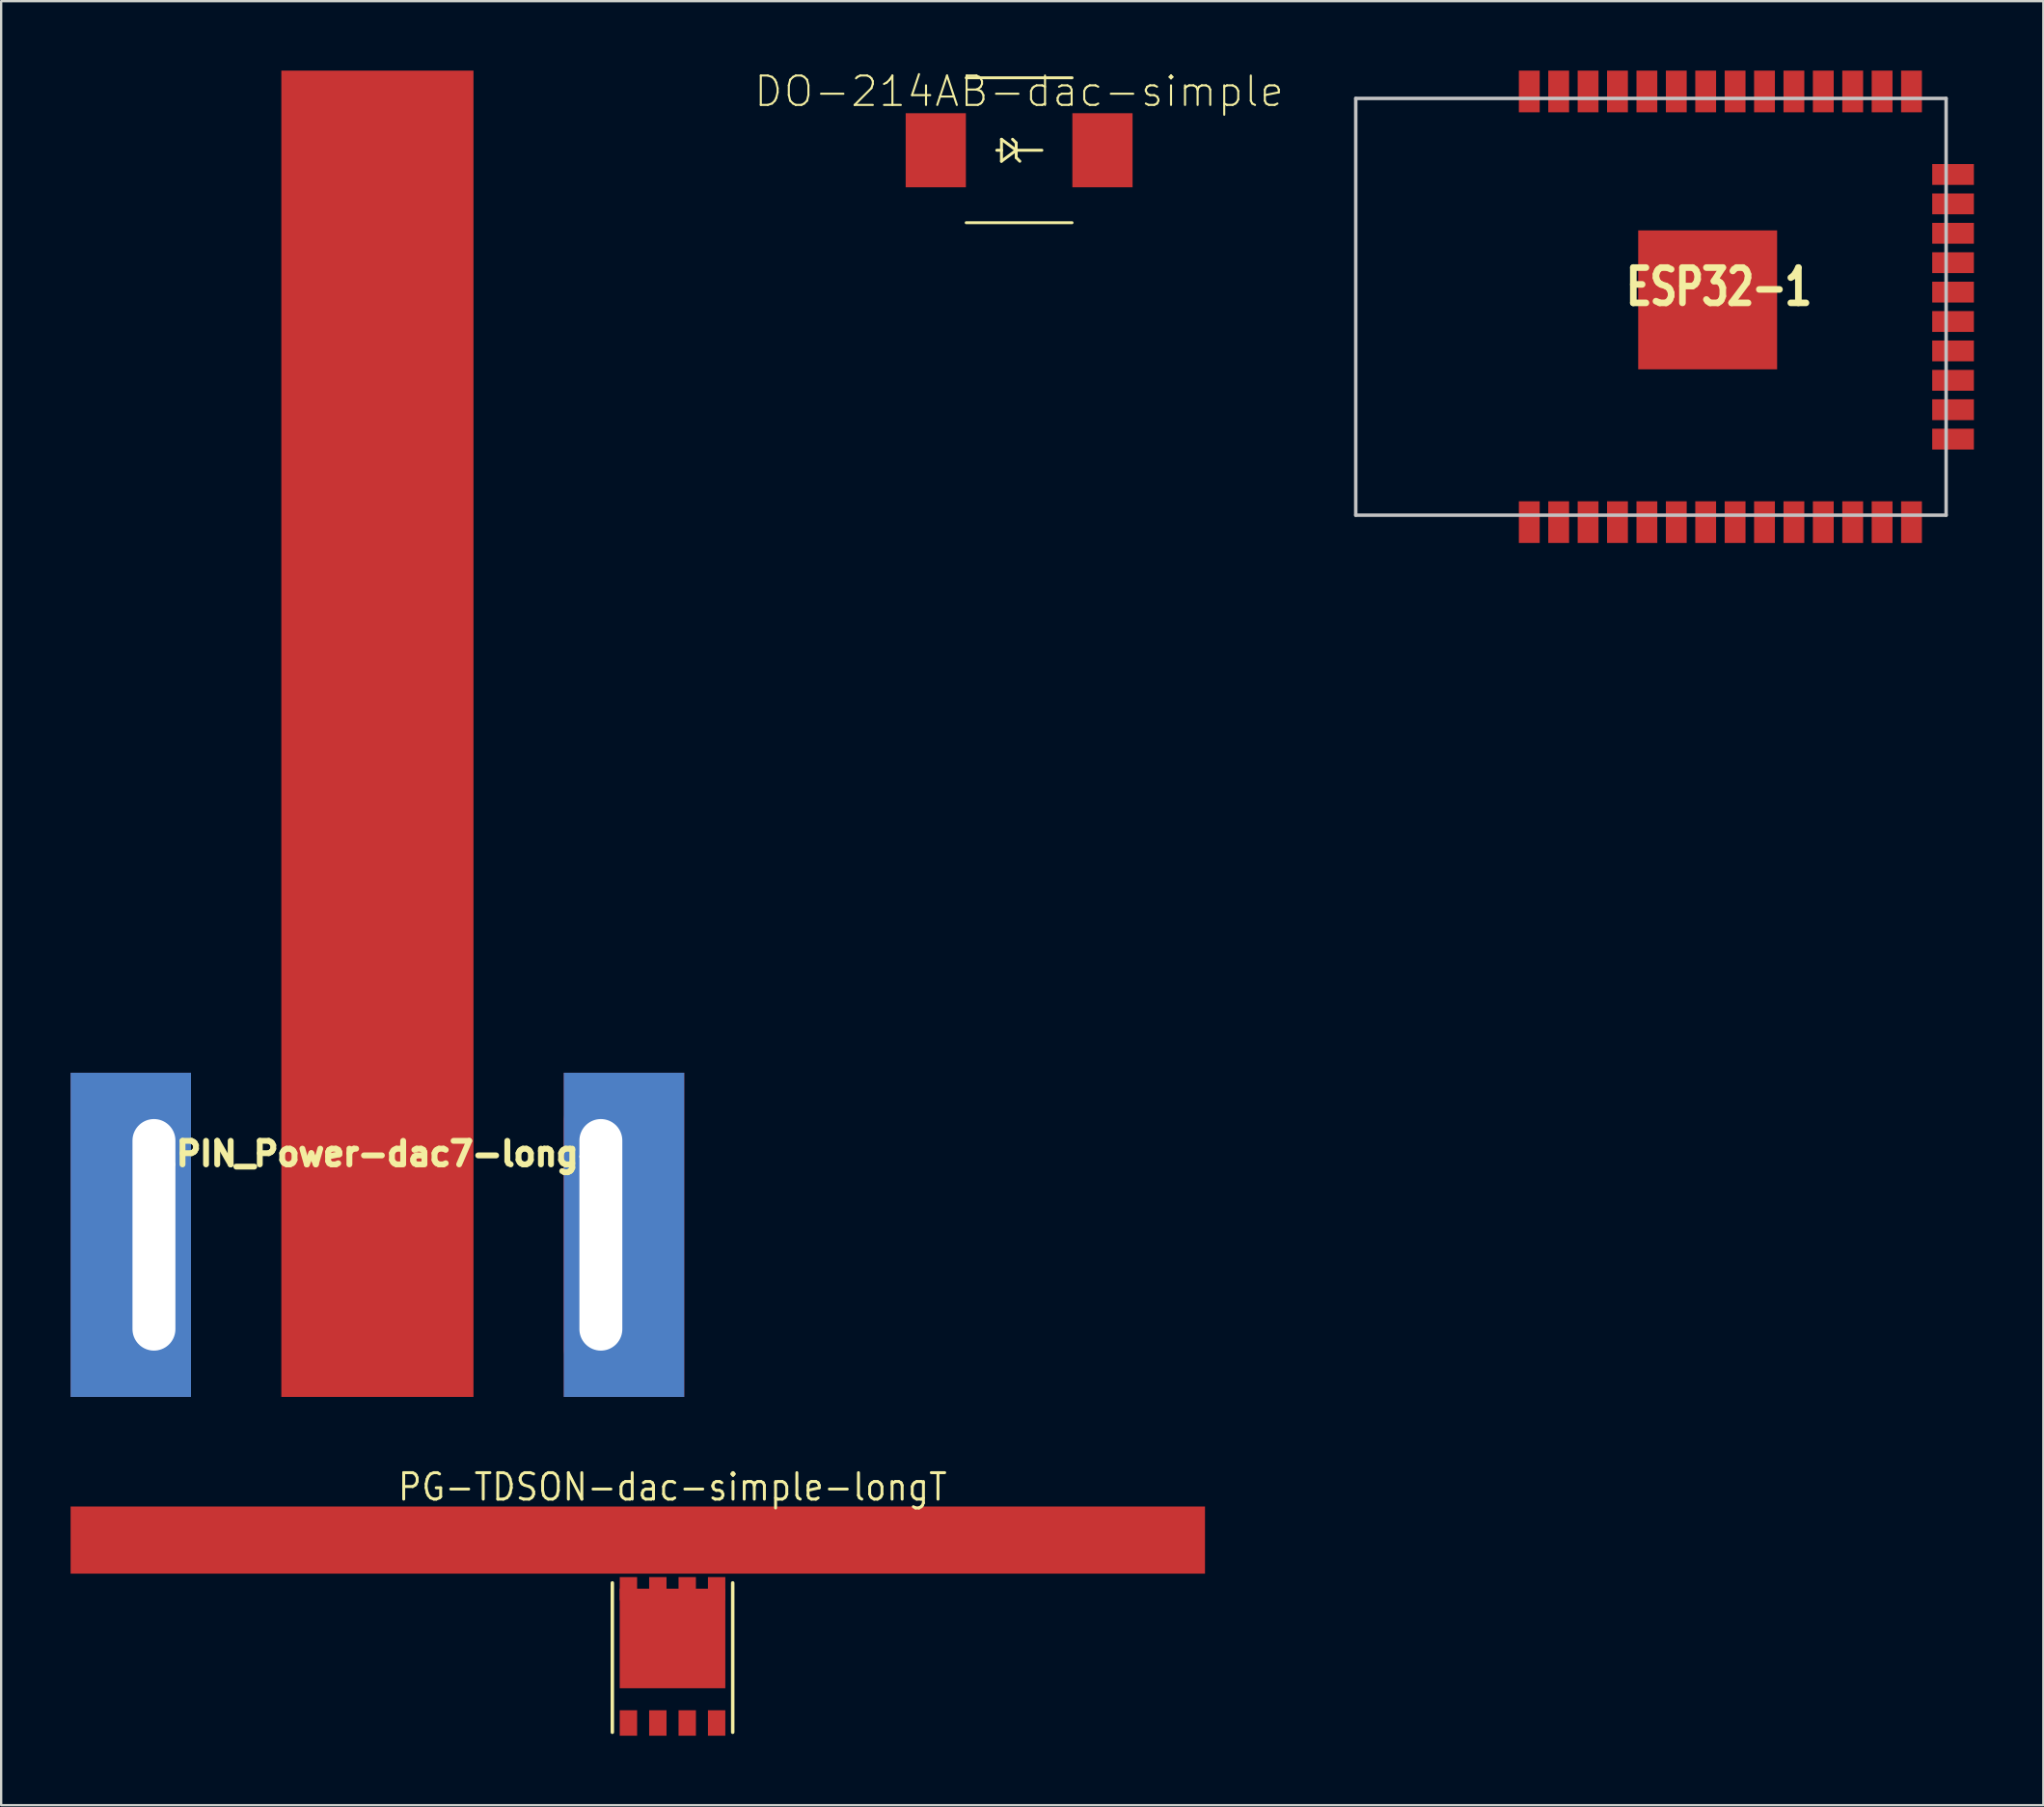
<source format=kicad_pcb>
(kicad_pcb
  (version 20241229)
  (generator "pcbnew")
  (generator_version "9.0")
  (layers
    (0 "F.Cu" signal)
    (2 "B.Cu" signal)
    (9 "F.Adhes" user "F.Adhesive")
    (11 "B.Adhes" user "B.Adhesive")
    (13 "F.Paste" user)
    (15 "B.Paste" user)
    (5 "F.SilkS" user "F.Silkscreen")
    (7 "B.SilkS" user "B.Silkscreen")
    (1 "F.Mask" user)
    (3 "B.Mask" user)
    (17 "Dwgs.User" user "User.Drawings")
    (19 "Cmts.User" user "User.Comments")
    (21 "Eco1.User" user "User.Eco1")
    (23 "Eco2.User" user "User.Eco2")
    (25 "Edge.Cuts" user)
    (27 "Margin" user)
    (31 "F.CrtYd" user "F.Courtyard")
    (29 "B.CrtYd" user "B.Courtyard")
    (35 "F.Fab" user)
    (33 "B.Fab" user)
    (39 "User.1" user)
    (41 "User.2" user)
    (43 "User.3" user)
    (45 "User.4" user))
  (footprint "1PIN_Power-dac7-long4"
    (layer "F.Cu")
    (at 13.252 50.28)
    (property "Reference" "1PIN_Power-dac7-long4" (at 0 -3.5 0) (layer "F.SilkS") (effects (font (size 1.016 1.016) (thickness 0.254))))
    (attr through_hole)
    (pad "1" smd oval (at -9.652 0) (size 3.2 13) (layers "F.Cu" "F.Mask"))
    (pad "1" thru_hole rect (at -9.652 0) (size 5.2 14) (drill oval 1.854 10 (offset -1 0)) (layers "F.Cu"))
    (pad "1" smd rect (at 0 -21.64) (size 8.3 57.28) (layers "F.Cu"))
    (pad "1" smd oval (at 9.652 0) (size 3.2 13) (layers "F.Cu" "F.Mask"))
    (pad "1" thru_hole rect (at 9.652 0) (size 5.2 14) (drill oval 1.854 10 (offset 1 0)) (layers "F.Cu")))
  (footprint "ESP32-1"
    (layer "F.Cu")
    (at 71.262 10.2)
    (property "Reference" "ESP32-1" (at -0.06 -0.86 0) (layer "F.SilkS") (effects (font (size 1.524 1.143) (thickness 0.305))))
    (attr through_hole)
    (fp_line (start -15.75 -9) (end -9.75 -9) (stroke (width 0.15) (type solid)) (layer "F.Mask"))
    (fp_line (start -15.75 9) (end -15.75 -9) (stroke (width 0.15) (type solid)) (layer "F.Mask"))
    (fp_line (start -9.75 -9) (end -9.75 9) (stroke (width 0.15) (type solid)) (layer "F.Mask"))
    (fp_line (start -9.75 9) (end -15.75 9) (stroke (width 0.15) (type solid)) (layer "F.Mask"))
    (fp_line (start -15.75 9) (end -15.75 -9) (stroke (width 0.15) (type solid)) (layer "Dwgs.User"))
    (fp_line (start 9.75 -9) (end -15.75 -9) (stroke (width 0.15) (type solid)) (layer "Dwgs.User"))
    (fp_line (start 9.75 -9) (end 9.75 9) (stroke (width 0.15) (type solid)) (layer "Dwgs.User"))
    (fp_line (start 9.75 9) (end -15.75 9) (stroke (width 0.15) (type solid)) (layer "Dwgs.User"))
    (pad "1" smd rect (at -8.255 9.3) (size 0.9 1.8) (layers "F.Cu" "F.Mask" "F.Paste"))
    (pad "2" smd rect (at -6.985 9.3) (size 0.9 1.8) (layers "F.Cu" "F.Mask" "F.Paste"))
    (pad "3" smd rect (at -5.715 9.3) (size 0.9 1.8) (layers "F.Cu" "F.Mask" "F.Paste"))
    (pad "4" smd rect (at -4.445 9.3) (size 0.9 1.8) (layers "F.Cu" "F.Mask" "F.Paste"))
    (pad "5" smd rect (at -3.175 9.3) (size 0.9 1.8) (layers "F.Cu" "F.Mask" "F.Paste"))
    (pad "6" smd rect (at -1.905 9.3) (size 0.9 1.8) (layers "F.Cu" "F.Mask" "F.Paste"))
    (pad "7" smd rect (at -0.635 9.3) (size 0.9 1.8) (layers "F.Cu" "F.Mask" "F.Paste"))
    (pad "8" smd rect (at 0.635 9.3) (size 0.9 1.8) (layers "F.Cu" "F.Mask" "F.Paste"))
    (pad "9" smd rect (at 1.905 9.3) (size 0.9 1.8) (layers "F.Cu" "F.Mask" "F.Paste"))
    (pad "10" smd rect (at 3.175 9.3) (size 0.9 1.8) (layers "F.Cu" "F.Mask" "F.Paste"))
    (pad "11" smd rect (at 4.445 9.3) (size 0.9 1.8) (layers "F.Cu" "F.Mask" "F.Paste"))
    (pad "12" smd rect (at 5.715 9.3) (size 0.9 1.8) (layers "F.Cu" "F.Mask" "F.Paste"))
    (pad "13" smd rect (at 6.985 9.3) (size 0.9 1.8) (layers "F.Cu" "F.Mask" "F.Paste"))
    (pad "14" smd rect (at 8.255 9.3) (size 0.9 1.8) (layers "F.Cu" "F.Mask" "F.Paste"))
    (pad "15" smd rect (at 10.05 5.715) (size 1.8 0.9) (layers "F.Cu" "F.Mask" "F.Paste"))
    (pad "16" smd rect (at 10.05 4.445) (size 1.8 0.9) (layers "F.Cu" "F.Mask" "F.Paste"))
    (pad "17" smd rect (at 10.05 3.175) (size 1.8 0.9) (layers "F.Cu" "F.Mask" "F.Paste"))
    (pad "18" smd rect (at 10.05 1.905) (size 1.8 0.9) (layers "F.Cu" "F.Mask" "F.Paste"))
    (pad "19" smd rect (at 10.05 0.635) (size 1.8 0.9) (layers "F.Cu" "F.Mask" "F.Paste"))
    (pad "20" smd rect (at 10.05 -0.635) (size 1.8 0.9) (layers "F.Cu" "F.Mask" "F.Paste"))
    (pad "21" smd rect (at 10.05 -1.905) (size 1.8 0.9) (layers "F.Cu" "F.Mask" "F.Paste"))
    (pad "22" smd rect (at 10.05 -3.175) (size 1.8 0.9) (layers "F.Cu" "F.Mask" "F.Paste"))
    (pad "23" smd rect (at 10.05 -4.445) (size 1.8 0.9) (layers "F.Cu" "F.Mask" "F.Paste"))
    (pad "24" smd rect (at 10.05 -5.715) (size 1.8 0.9) (layers "F.Cu" "F.Mask" "F.Paste"))
    (pad "25" smd rect (at 8.255 -9.3) (size 0.9 1.8) (layers "F.Cu" "F.Mask" "F.Paste"))
    (pad "26" smd rect (at 6.985 -9.3) (size 0.9 1.8) (layers "F.Cu" "F.Mask" "F.Paste"))
    (pad "27" smd rect (at 5.715 -9.3) (size 0.9 1.8) (layers "F.Cu" "F.Mask" "F.Paste"))
    (pad "28" smd rect (at 4.445 -9.3) (size 0.9 1.8) (layers "F.Cu" "F.Mask" "F.Paste"))
    (pad "29" smd rect (at 3.175 -9.3) (size 0.9 1.8) (layers "F.Cu" "F.Mask" "F.Paste"))
    (pad "30" smd rect (at 1.905 -9.3) (size 0.9 1.8) (layers "F.Cu" "F.Mask" "F.Paste"))
    (pad "31" smd rect (at 0.635 -9.3) (size 0.9 1.8) (layers "F.Cu" "F.Mask" "F.Paste"))
    (pad "32" smd rect (at -0.635 -9.3) (size 0.9 1.8) (layers "F.Cu" "F.Mask" "F.Paste"))
    (pad "33" smd rect (at -1.905 -9.3) (size 0.9 1.8) (layers "F.Cu" "F.Mask" "F.Paste"))
    (pad "34" smd rect (at -3.175 -9.3) (size 0.9 1.8) (layers "F.Cu" "F.Mask" "F.Paste"))
    (pad "35" smd rect (at -4.445 -9.3) (size 0.9 1.8) (layers "F.Cu" "F.Mask" "F.Paste"))
    (pad "36" smd rect (at -5.715 -9.3) (size 0.9 1.8) (layers "F.Cu" "F.Mask" "F.Paste"))
    (pad "37" smd rect (at -6.985 -9.3) (size 0.9 1.8) (layers "F.Cu" "F.Mask" "F.Paste"))
    (pad "38" smd rect (at -8.255 -9.3) (size 0.9 1.8) (layers "F.Cu" "F.Mask" "F.Paste"))
    (pad "39" smd rect (at -0.55 -0.3) (size 6 6) (layers "F.Cu" "F.Mask" "F.Paste")))
  (footprint "DO-214AB-dac-simple"
    (layer "F.Cu")
    (at 40.971 3.439)
    (property "Reference" "DO-214AB-dac-simple" (at 0 -2.54 0) (layer "F.SilkS") (effects (font (size 1.27 1.27) (thickness 0.089))))
    (attr smd)
    (fp_line (start -2.286 -3.129) (end 2.286 -3.129) (stroke (width 0.127) (type solid)) (layer "F.SilkS"))
    (fp_line (start -2.286 3.129) (end 2.286 3.129) (stroke (width 0.127) (type solid)) (layer "F.SilkS"))
    (fp_line (start -0.762 -0.475) (end -0.762 0) (stroke (width 0.127) (type solid)) (layer "F.SilkS"))
    (fp_line (start -0.762 0) (end -0.965 0) (stroke (width 0.127) (type solid)) (layer "F.SilkS"))
    (fp_line (start -0.762 0) (end -0.762 0.475) (stroke (width 0.127) (type solid)) (layer "F.SilkS"))
    (fp_line (start -0.762 0.475) (end -0.127 0) (stroke (width 0.127) (type solid)) (layer "F.SilkS"))
    (fp_line (start -0.127 -0.318) (end -0.284 -0.475) (stroke (width 0.127) (type solid)) (layer "F.SilkS"))
    (fp_line (start -0.127 0) (end -0.762 -0.475) (stroke (width 0.127) (type solid)) (layer "F.SilkS"))
    (fp_line (start -0.127 0) (end -0.127 -0.318) (stroke (width 0.127) (type solid)) (layer "F.SilkS"))
    (fp_line (start -0.127 0) (end -0.127 0.318) (stroke (width 0.127) (type solid)) (layer "F.SilkS"))
    (fp_line (start -0.127 0) (end 0.983 0) (stroke (width 0.127) (type solid)) (layer "F.SilkS"))
    (fp_line (start -0.127 0.318) (end 0.03 0.475) (stroke (width 0.127) (type solid)) (layer "F.SilkS"))
    (pad "1" smd rect (at -3.6 0) (size 2.601 3.2) (layers "F.Cu" "F.Mask" "F.Paste"))
    (pad "2" smd rect (at 3.6 0) (size 2.601 3.2) (layers "F.Cu" "F.Mask" "F.Paste")))
  (footprint "PG-TDSON-dac-simple-longT"
    (layer "F.Cu")
    (at 26 70.062)
    (property "Reference" "PG-TDSON-dac-simple-longT" (at 0 -8.89 0) (layer "F.SilkS") (effects (font (size 1.143 1.016) (thickness 0.127))))
    (attr smd)
    (fp_line (start -2.6 -4.75) (end -2.6 1.7) (stroke (width 0.15) (type solid)) (layer "F.SilkS"))
    (fp_line (start 2.6 -4.75) (end 2.6 1.7) (stroke (width 0.15) (type solid)) (layer "F.SilkS"))
    (pad "D" smd rect (at -1.905 -4.5) (size 0.75 1) (layers "F.Cu" "F.Mask" "F.Paste"))
    (pad "D" smd rect (at -1.5 -6.6) (size 49 2.9) (layers "F.Cu"))
    (pad "D" smd rect (at -1.15 -3) (size 1.8 1.5) (layers "F.Cu" "F.Paste"))
    (pad "D" smd rect (at -1.15 -1.175) (size 1.8 1.5) (layers "F.Cu" "F.Paste"))
    (pad "D" smd rect (at -0.635 -4.5) (size 0.75 1) (layers "F.Cu" "F.Mask" "F.Paste"))
    (pad "D" smd rect (at 0 -2.35) (size 4.56 4.3) (layers "F.Cu" "F.Mask"))
    (pad "D" smd rect (at 0.635 -4.5) (size 0.75 1) (layers "F.Cu" "F.Mask" "F.Paste"))
    (pad "D" smd rect (at 1.15 -3) (size 1.8 1.5) (layers "F.Cu" "F.Paste"))
    (pad "D" smd rect (at 1.15 -1.175) (size 1.8 1.5) (layers "F.Cu" "F.Paste"))
    (pad "D" smd rect (at 1.905 -4.5) (size 0.75 1) (layers "F.Cu" "F.Mask" "F.Paste"))
    (pad "G" smd rect (at 1.905 1.3) (size 0.75 1.1) (layers "F.Cu" "F.Mask" "F.Paste"))
    (pad "S" smd rect (at -1.905 1.3) (size 0.75 1.1) (layers "F.Cu" "F.Mask" "F.Paste"))
    (pad "S" smd rect (at -0.635 1.3) (size 0.75 1.1) (layers "F.Cu" "F.Mask" "F.Paste"))
    (pad "S" smd rect (at 0.635 1.3) (size 0.75 1.1) (layers "F.Cu" "F.Mask" "F.Paste")))
  (gr_rect
    (start -3 -3)
    (end 85.212 74.912)
    (stroke (width 0.1) (type default))
    (fill no)
    (layer "Edge.Cuts")))
</source>
